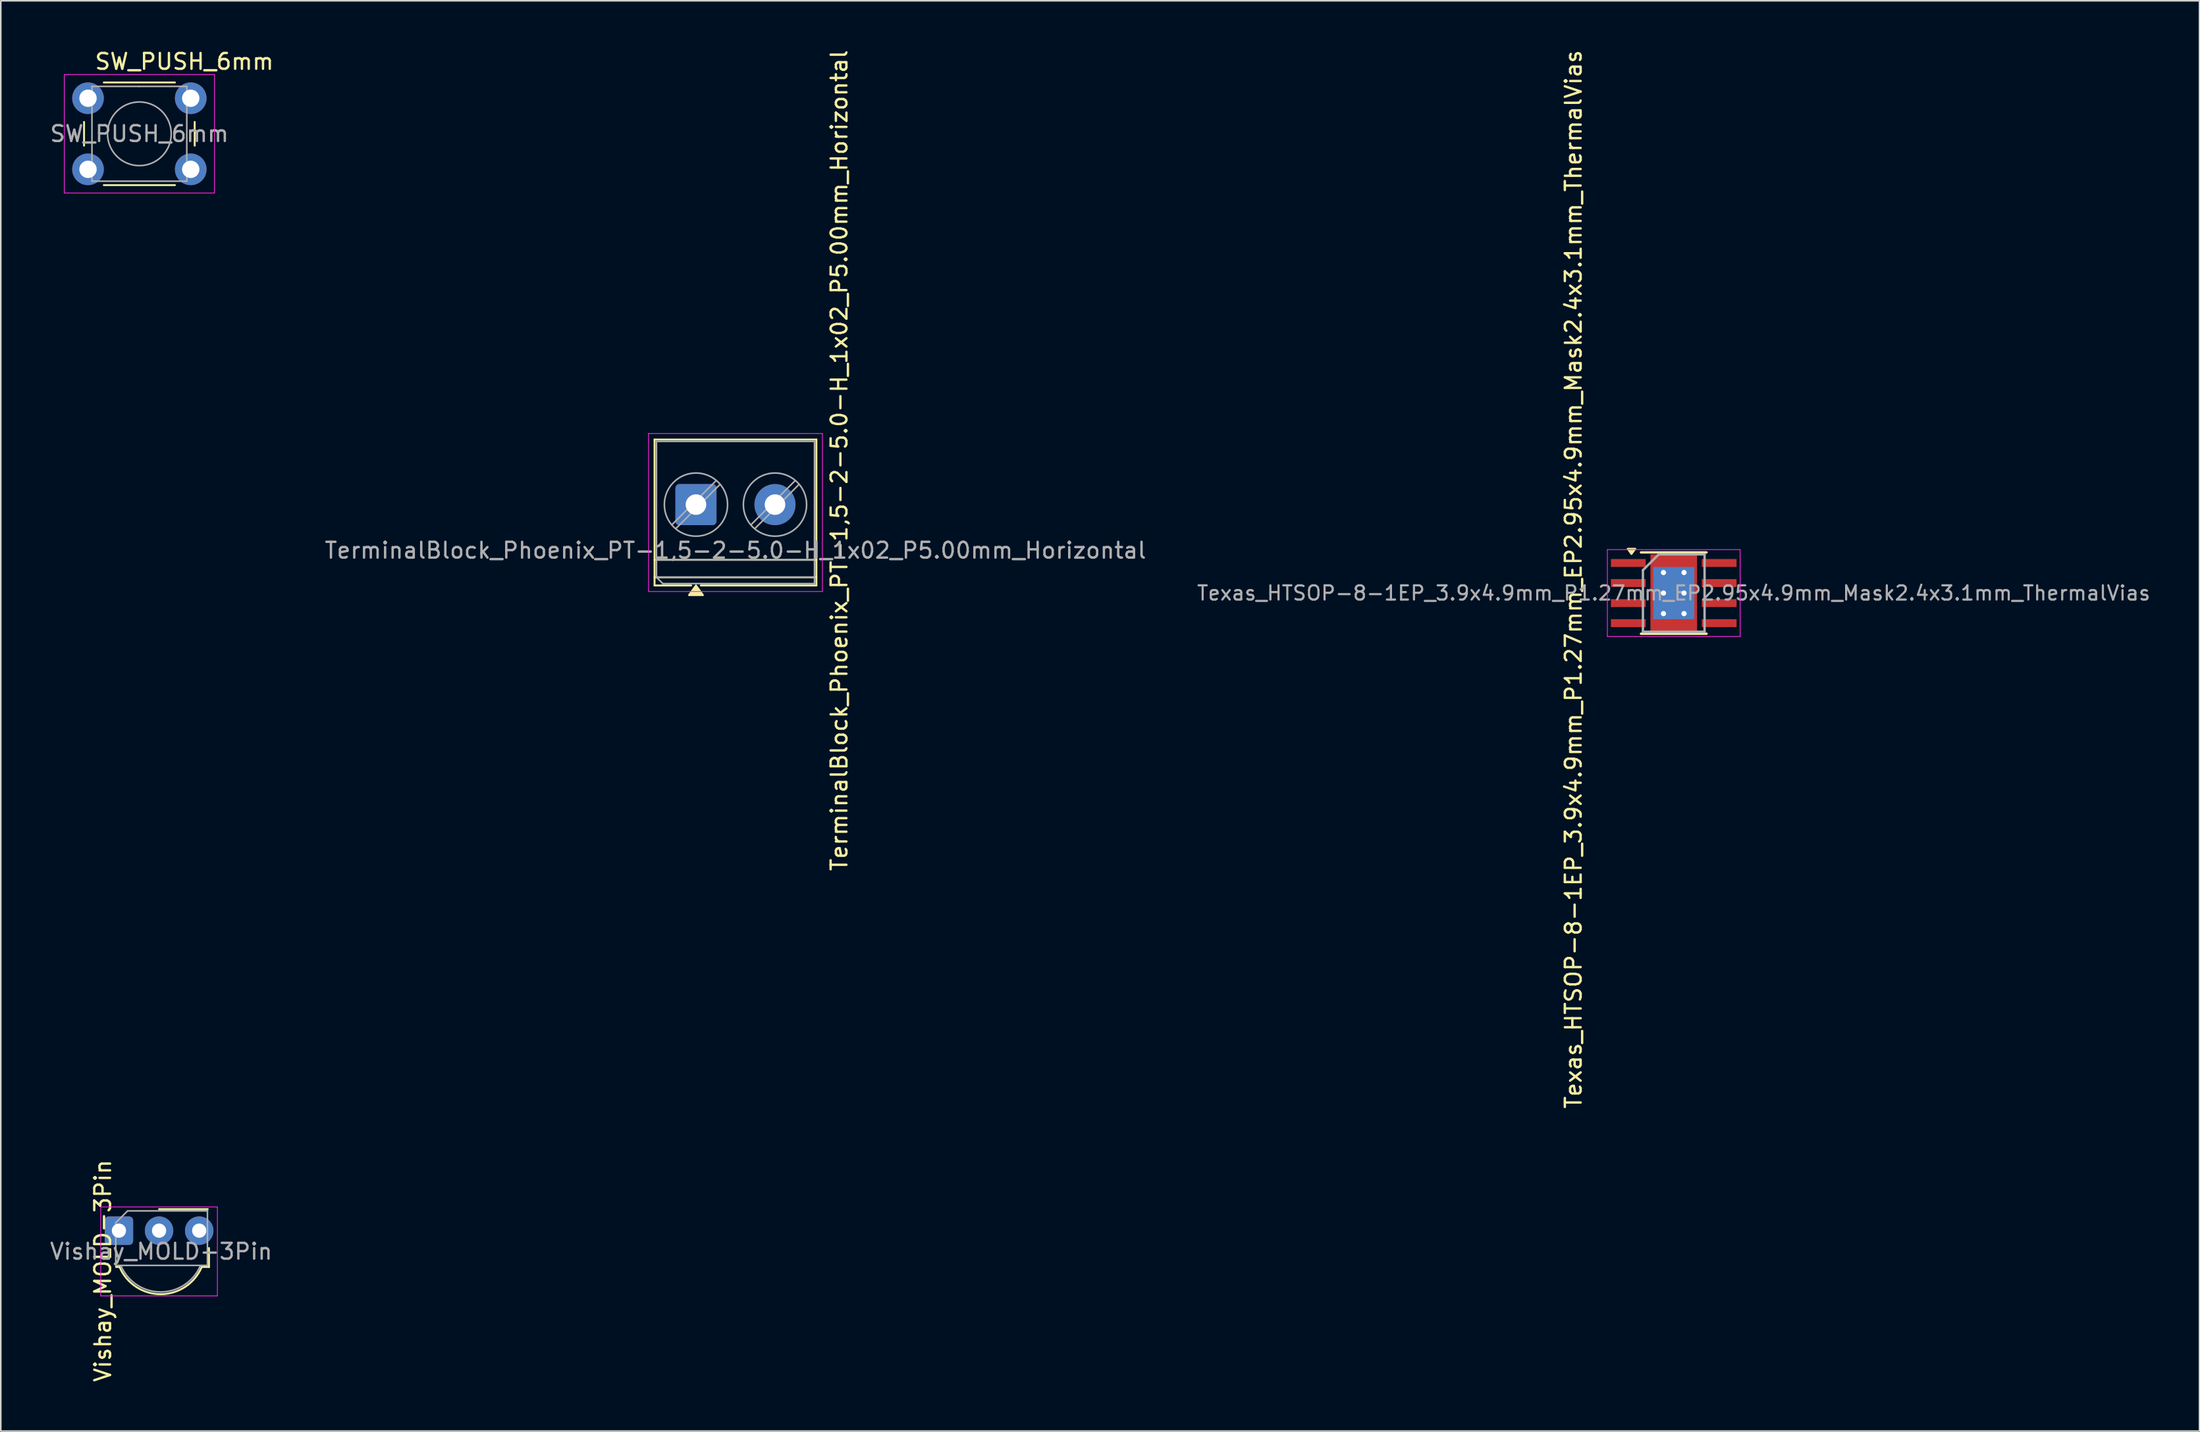
<source format=kicad_pcb>
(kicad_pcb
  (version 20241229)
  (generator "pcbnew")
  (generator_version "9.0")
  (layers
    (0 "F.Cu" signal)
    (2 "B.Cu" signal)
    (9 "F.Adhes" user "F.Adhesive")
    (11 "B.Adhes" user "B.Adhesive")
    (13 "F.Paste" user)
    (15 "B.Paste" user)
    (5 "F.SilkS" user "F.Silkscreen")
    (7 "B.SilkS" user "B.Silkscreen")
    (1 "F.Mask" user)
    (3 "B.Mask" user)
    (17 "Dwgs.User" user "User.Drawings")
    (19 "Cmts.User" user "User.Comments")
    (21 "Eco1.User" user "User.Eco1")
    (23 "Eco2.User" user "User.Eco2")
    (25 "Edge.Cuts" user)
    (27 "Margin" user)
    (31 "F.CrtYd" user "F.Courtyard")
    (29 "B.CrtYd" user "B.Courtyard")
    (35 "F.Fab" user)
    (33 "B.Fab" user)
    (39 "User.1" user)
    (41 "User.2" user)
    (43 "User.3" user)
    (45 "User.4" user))
  (footprint "TerminalBlock_Phoenix_PT-1,5-2-5.0-H_1x02_P5.00mm_Horizontal"
    (layer "F.Cu")
    (at 40.983 28.895)
    (property "Reference" "TerminalBlock_Phoenix_PT-1,5-2-5.0-H_1x02_P5.00mm_Horizontal" (at 9.064 -2.794 270) (layer "F.SilkS") (effects (font (size 1 1) (thickness 0.15))))
    (attr through_hole)
    (fp_line (start -2.62 -4.12) (end 7.62 -4.12) (stroke (width 0.12) (type solid)) (layer "F.SilkS"))
    (fp_line (start -2.62 3.5) (end 7.62 3.5) (stroke (width 0.12) (type solid)) (layer "F.SilkS"))
    (fp_line (start -2.62 4.6) (end 7.62 4.6) (stroke (width 0.12) (type solid)) (layer "F.SilkS"))
    (fp_line (start -2.62 5.12) (end -2.62 -4.12) (stroke (width 0.12) (type solid)) (layer "F.SilkS"))
    (fp_line (start -0.3 5.12) (end -2.62 5.12) (stroke (width 0.12) (type solid)) (layer "F.SilkS"))
    (fp_line (start 7.62 -4.12) (end 7.62 5.12) (stroke (width 0.12) (type solid)) (layer "F.SilkS"))
    (fp_line (start 7.62 5.12) (end 0.3 5.12) (stroke (width 0.12) (type solid)) (layer "F.SilkS"))
    (fp_poly (pts (xy 0 5.12) (xy 0.44 5.73) (xy -0.44 5.73)) (stroke (width 0.12) (type solid)) (fill yes) (layer "F.SilkS"))
    (fp_line (start -3 -4.5) (end -3 5.5) (stroke (width 0.05) (type solid)) (layer "F.CrtYd"))
    (fp_line (start -3 5.5) (end 8 5.5) (stroke (width 0.05) (type solid)) (layer "F.CrtYd"))
    (fp_line (start 8 -4.5) (end -3 -4.5) (stroke (width 0.05) (type solid)) (layer "F.CrtYd"))
    (fp_line (start 8 5.5) (end 8 -4.5) (stroke (width 0.05) (type solid)) (layer "F.CrtYd"))
    (fp_line (start -2.5 -4) (end 7.5 -4) (stroke (width 0.1) (type solid)) (layer "F.Fab"))
    (fp_line (start -2.5 3.5) (end 7.5 3.5) (stroke (width 0.1) (type solid)) (layer "F.Fab"))
    (fp_line (start -2.5 4.6) (end -2.5 -4) (stroke (width 0.1) (type solid)) (layer "F.Fab"))
    (fp_line (start -2.5 4.6) (end 7.5 4.6) (stroke (width 0.1) (type solid)) (layer "F.Fab"))
    (fp_line (start -2.1 5) (end -2.5 4.6) (stroke (width 0.1) (type solid)) (layer "F.Fab"))
    (fp_line (start 1.273 -1.517) (end -1.517 1.273) (stroke (width 0.1) (type solid)) (layer "F.Fab"))
    (fp_line (start 1.517 -1.273) (end -1.273 1.517) (stroke (width 0.1) (type solid)) (layer "F.Fab"))
    (fp_line (start 6.273 -1.517) (end 3.483 1.273) (stroke (width 0.1) (type solid)) (layer "F.Fab"))
    (fp_line (start 6.517 -1.273) (end 3.727 1.517) (stroke (width 0.1) (type solid)) (layer "F.Fab"))
    (fp_line (start 7.5 -4) (end 7.5 5) (stroke (width 0.1) (type solid)) (layer "F.Fab"))
    (fp_line (start 7.5 5) (end -2.1 5) (stroke (width 0.1) (type solid)) (layer "F.Fab"))
    (fp_circle (center 0 0) (end 2 0) (stroke (width 0.1) (type solid)) (fill no) (layer "F.Fab"))
    (fp_circle (center 5 0) (end 7 0) (stroke (width 0.1) (type solid)) (fill no) (layer "F.Fab"))
    (fp_text user "${REFERENCE}" (at 2.5 2.9 0) (layer "F.Fab") (effects (font (size 1 1) (thickness 0.15))))
    (pad "1" thru_hole roundrect (at 0 0) (size 2.6 2.6) (drill 1.3) (layers "*.Cu" "*.Mask") (roundrect_rratio 0.096))
    (pad "2" thru_hole circle (at 5 0) (size 2.6 2.6) (drill 1.3) (layers "*.Cu" "*.Mask")))
  (footprint "Texas_HTSOP-8-1EP_3.9x4.9mm_P1.27mm_EP2.95x4.9mm_Mask2.4x3.1mm_ThermalVias"
    (layer "F.Cu")
    (at 102.847 34.496)
    (property "Reference" "Texas_HTSOP-8-1EP_3.9x4.9mm_P1.27mm_EP2.95x4.9mm_Mask2.4x3.1mm_ThermalVias" (at -6.346 -0.871 90) (layer "F.SilkS") (effects (font (size 1 1) (thickness 0.15))))
    (attr smd)
    (fp_line (start -2.075 -2.575) (end 2.075 -2.575) (stroke (width 0.15) (type solid)) (layer "F.SilkS"))
    (fp_line (start -2.075 2.575) (end 2.075 2.575) (stroke (width 0.15) (type solid)) (layer "F.SilkS"))
    (fp_poly (pts (xy -2.675 -2.475) (xy -2.915 -2.805) (xy -2.435 -2.805) (xy -2.675 -2.475)) (stroke (width 0.12) (type solid)) (fill yes) (layer "F.SilkS"))
    (fp_line (start -4.2 -2.75) (end -4.2 2.75) (stroke (width 0.05) (type solid)) (layer "F.CrtYd"))
    (fp_line (start -4.2 -2.75) (end 4.2 -2.75) (stroke (width 0.05) (type solid)) (layer "F.CrtYd"))
    (fp_line (start -4.2 2.75) (end 4.2 2.75) (stroke (width 0.05) (type solid)) (layer "F.CrtYd"))
    (fp_line (start 4.2 -2.75) (end 4.2 2.75) (stroke (width 0.05) (type solid)) (layer "F.CrtYd"))
    (fp_line (start -1.95 -1.45) (end -0.95 -2.45) (stroke (width 0.15) (type solid)) (layer "F.Fab"))
    (fp_line (start -1.95 2.45) (end -1.95 -1.45) (stroke (width 0.15) (type solid)) (layer "F.Fab"))
    (fp_line (start -0.95 -2.45) (end 1.95 -2.45) (stroke (width 0.15) (type solid)) (layer "F.Fab"))
    (fp_line (start 1.95 -2.45) (end 1.95 2.45) (stroke (width 0.15) (type solid)) (layer "F.Fab"))
    (fp_line (start 1.95 2.45) (end -1.95 2.45) (stroke (width 0.15) (type solid)) (layer "F.Fab"))
    (fp_text user "${REFERENCE}" (at 0 0 0) (layer "F.Fab") (effects (font (size 0.9 0.9) (thickness 0.135))))
    (pad "" smd rect (at 0 0) (size 2.4 3.1) (layers "F.Mask"))
    (pad "" smd rect (at 0 0) (size 2.4 3.1) (layers "F.Paste"))
    (pad "1" smd rect (at -2.875 -1.905) (size 2.2 0.5) (layers "F.Cu" "F.Mask" "F.Paste"))
    (pad "2" smd rect (at -2.875 -0.635) (size 2.2 0.5) (layers "F.Cu" "F.Mask" "F.Paste"))
    (pad "3" smd rect (at -2.875 0.635) (size 2.2 0.5) (layers "F.Cu" "F.Mask" "F.Paste"))
    (pad "4" smd rect (at -2.875 1.905) (size 2.2 0.5) (layers "F.Cu" "F.Mask" "F.Paste"))
    (pad "5" smd rect (at 2.875 1.905) (size 2.2 0.5) (layers "F.Cu" "F.Mask" "F.Paste"))
    (pad "6" smd rect (at 2.875 0.635) (size 2.2 0.5) (layers "F.Cu" "F.Mask" "F.Paste"))
    (pad "7" smd rect (at 2.875 -0.635) (size 2.2 0.5) (layers "F.Cu" "F.Mask" "F.Paste"))
    (pad "8" smd rect (at 2.875 -1.905) (size 2.2 0.5) (layers "F.Cu" "F.Mask" "F.Paste"))
    (pad "9" thru_hole circle (at -0.65 -1.3) (size 0.63 0.63) (drill 0.33) (layers "*.Cu" "*.Mask"))
    (pad "9" thru_hole circle (at -0.65 0) (size 0.63 0.63) (drill 0.33) (layers "*.Cu" "*.Mask"))
    (pad "9" thru_hole circle (at -0.65 1.3) (size 0.63 0.63) (drill 0.33) (layers "*.Cu" "*.Mask"))
    (pad "9" smd rect (at 0 0) (size 2.6 3.3) (layers "B.Cu"))
    (pad "9" smd rect (at 0 0) (size 2.95 4.9) (layers "F.Cu"))
    (pad "9" thru_hole circle (at 0.65 -1.3) (size 0.63 0.63) (drill 0.33) (layers "*.Cu" "*.Mask"))
    (pad "9" thru_hole circle (at 0.65 0) (size 0.63 0.63) (drill 0.33) (layers "*.Cu" "*.Mask"))
    (pad "9" thru_hole circle (at 0.65 1.3) (size 0.63 0.63) (drill 0.33) (layers "*.Cu" "*.Mask")))
  (footprint "SW_PUSH_6mm"
    (layer "F.Cu")
    (at 2.518 3.17)
    (property "Reference" "SW_PUSH_6mm" (at 6.096 -2.322 0) (layer "F.SilkS") (effects (font (size 1 1) (thickness 0.15))))
    (attr through_hole)
    (fp_line (start -0.25 1.5) (end -0.25 3) (stroke (width 0.12) (type solid)) (layer "F.SilkS"))
    (fp_line (start 1 5.5) (end 5.5 5.5) (stroke (width 0.12) (type solid)) (layer "F.SilkS"))
    (fp_line (start 5.5 -1) (end 1 -1) (stroke (width 0.12) (type solid)) (layer "F.SilkS"))
    (fp_line (start 6.75 3) (end 6.75 1.5) (stroke (width 0.12) (type solid)) (layer "F.SilkS"))
    (fp_line (start -1.5 -1.5) (end -1.25 -1.5) (stroke (width 0.05) (type solid)) (layer "F.CrtYd"))
    (fp_line (start -1.5 -1.25) (end -1.5 -1.5) (stroke (width 0.05) (type solid)) (layer "F.CrtYd"))
    (fp_line (start -1.5 5.75) (end -1.5 -1.25) (stroke (width 0.05) (type solid)) (layer "F.CrtYd"))
    (fp_line (start -1.5 5.75) (end -1.5 6) (stroke (width 0.05) (type solid)) (layer "F.CrtYd"))
    (fp_line (start -1.5 6) (end -1.25 6) (stroke (width 0.05) (type solid)) (layer "F.CrtYd"))
    (fp_line (start -1.25 -1.5) (end 7.75 -1.5) (stroke (width 0.05) (type solid)) (layer "F.CrtYd"))
    (fp_line (start 7.75 -1.5) (end 8 -1.5) (stroke (width 0.05) (type solid)) (layer "F.CrtYd"))
    (fp_line (start 7.75 6) (end -1.25 6) (stroke (width 0.05) (type solid)) (layer "F.CrtYd"))
    (fp_line (start 7.75 6) (end 8 6) (stroke (width 0.05) (type solid)) (layer "F.CrtYd"))
    (fp_line (start 8 -1.5) (end 8 -1.25) (stroke (width 0.05) (type solid)) (layer "F.CrtYd"))
    (fp_line (start 8 -1.25) (end 8 5.75) (stroke (width 0.05) (type solid)) (layer "F.CrtYd"))
    (fp_line (start 8 6) (end 8 5.75) (stroke (width 0.05) (type solid)) (layer "F.CrtYd"))
    (fp_line (start 0.25 -0.75) (end 3.25 -0.75) (stroke (width 0.1) (type solid)) (layer "F.Fab"))
    (fp_line (start 0.25 5.25) (end 0.25 -0.75) (stroke (width 0.1) (type solid)) (layer "F.Fab"))
    (fp_line (start 3.25 -0.75) (end 6.25 -0.75) (stroke (width 0.1) (type solid)) (layer "F.Fab"))
    (fp_line (start 6.25 -0.75) (end 6.25 5.25) (stroke (width 0.1) (type solid)) (layer "F.Fab"))
    (fp_line (start 6.25 5.25) (end 0.25 5.25) (stroke (width 0.1) (type solid)) (layer "F.Fab"))
    (fp_circle (center 3.25 2.25) (end 1.25 2.5) (stroke (width 0.1) (type solid)) (fill no) (layer "F.Fab"))
    (fp_text user "${REFERENCE}" (at 3.25 2.25 0) (layer "F.Fab") (effects (font (size 1 1) (thickness 0.15))))
    (pad "1" thru_hole circle (at 0 0 90) (size 2 2) (drill 1.1) (layers "*.Cu" "*.Mask"))
    (pad "1" thru_hole circle (at 6.5 0 90) (size 2 2) (drill 1.1) (layers "*.Cu" "*.Mask"))
    (pad "2" thru_hole circle (at 0 4.5 90) (size 2 2) (drill 1.1) (layers "*.Cu" "*.Mask"))
    (pad "2" thru_hole circle (at 6.5 4.5 90) (size 2 2) (drill 1.1) (layers "*.Cu" "*.Mask")))
  (footprint "Vishay_MOLD-3Pin"
    (layer "F.Cu")
    (at 4.474 74.859)
    (property "Reference" "Vishay_MOLD-3Pin" (at -1.016 2.54 90) (layer "F.SilkS") (effects (font (size 1 1) (thickness 0.15))))
    (attr through_hole)
    (fp_line (start 0.04 2.3) (end -0.18 2.3) (stroke (width 0.12) (type solid)) (layer "F.SilkS"))
    (fp_line (start 5.62 -1.36) (end 2.54 -1.36) (stroke (width 0.12) (type solid)) (layer "F.SilkS"))
    (fp_line (start 5.7 2.3) (end 5.24 2.3) (stroke (width 0.12) (type solid)) (layer "F.SilkS"))
    (fp_line (start 5.7 2.3) (end 5.7 1.1) (stroke (width 0.12) (type solid)) (layer "F.SilkS"))
    (fp_arc (start 5.24 2.3) (mid 2.64 4.023119) (end 0.04 2.3) (stroke (width 0.12) (type solid)) (layer "F.SilkS"))
    (fp_line (start -1.15 -1.5) (end -1.15 4.13) (stroke (width 0.05) (type solid)) (layer "F.CrtYd"))
    (fp_line (start -1.15 -1.5) (end 6.23 -1.5) (stroke (width 0.05) (type solid)) (layer "F.CrtYd"))
    (fp_line (start 6.23 4.13) (end -1.15 4.13) (stroke (width 0.05) (type solid)) (layer "F.CrtYd"))
    (fp_line (start 6.23 4.13) (end 6.23 -1.5) (stroke (width 0.05) (type solid)) (layer "F.CrtYd"))
    (fp_line (start -0.2 2.2) (end -0.2 -0.5) (stroke (width 0.1) (type solid)) (layer "F.Fab"))
    (fp_line (start 0.55 -1.25) (end -0.2 -0.5) (stroke (width 0.1) (type solid)) (layer "F.Fab"))
    (fp_line (start 0.55 -1.25) (end 5.6 -1.25) (stroke (width 0.1) (type solid)) (layer "F.Fab"))
    (fp_line (start 5.6 -1.25) (end 5.6 2.2) (stroke (width 0.1) (type solid)) (layer "F.Fab"))
    (fp_line (start 5.6 2.2) (end -0.2 2.2) (stroke (width 0.1) (type solid)) (layer "F.Fab"))
    (fp_arc (start 5.14 2.25) (mid 2.651941 3.881274) (end 0.149714 2.271818) (stroke (width 0.1) (type solid)) (layer "F.Fab"))
    (fp_text user "${REFERENCE}" (at 2.675 1.316 180) (layer "F.Fab") (effects (font (size 1 1) (thickness 0.15))))
    (pad "1" thru_hole roundrect (at 0 0) (size 1.8 1.8) (drill 0.9) (layers "*.Cu" "*.Mask") (roundrect_rratio 0.138))
    (pad "2" thru_hole circle (at 2.54 0) (size 1.8 1.8) (drill 0.9) (layers "*.Cu" "*.Mask"))
    (pad "3" thru_hole circle (at 5.08 0) (size 1.8 1.8) (drill 0.9) (layers "*.Cu" "*.Mask")))
  (gr_rect
    (start -3 -3)
    (end 136.109 87.548)
    (stroke (width 0.1) (type default))
    (fill no)
    (layer "Edge.Cuts")))
</source>
